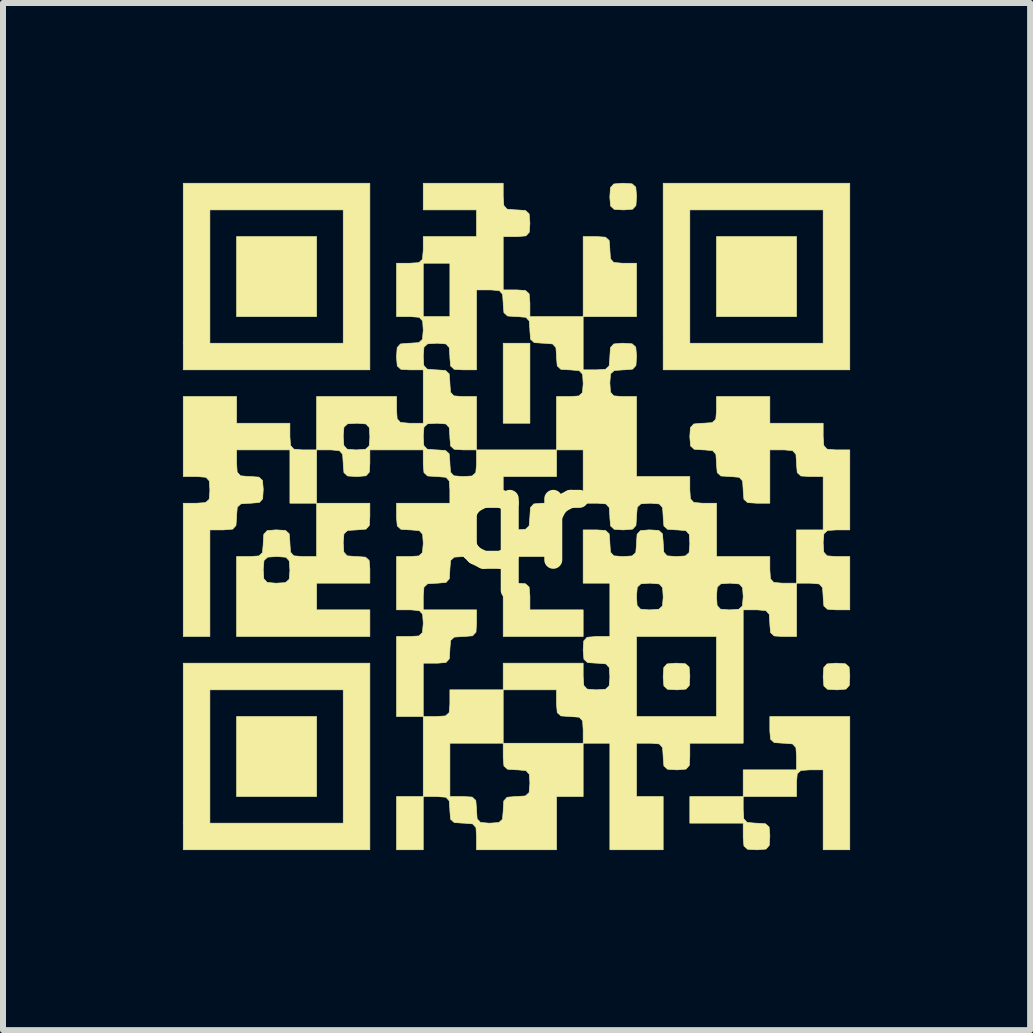
<source format=kicad_pcb>
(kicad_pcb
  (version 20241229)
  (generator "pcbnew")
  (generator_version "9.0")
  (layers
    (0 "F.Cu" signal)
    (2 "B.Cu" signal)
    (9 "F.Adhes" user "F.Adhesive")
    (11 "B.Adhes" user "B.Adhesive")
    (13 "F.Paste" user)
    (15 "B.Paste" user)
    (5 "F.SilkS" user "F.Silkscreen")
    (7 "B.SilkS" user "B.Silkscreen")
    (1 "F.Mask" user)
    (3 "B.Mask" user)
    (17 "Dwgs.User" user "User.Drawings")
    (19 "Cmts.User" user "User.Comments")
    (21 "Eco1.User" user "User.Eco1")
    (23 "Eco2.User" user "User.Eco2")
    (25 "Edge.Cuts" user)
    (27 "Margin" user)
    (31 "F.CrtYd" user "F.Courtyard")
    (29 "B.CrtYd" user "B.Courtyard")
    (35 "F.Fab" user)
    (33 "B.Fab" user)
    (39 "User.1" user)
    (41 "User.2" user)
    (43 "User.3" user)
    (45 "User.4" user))
  (footprint "qr"
    (layer "F.Cu")
    (at 5.593 5.593)
    (property "Reference" "qr" (at 0 0 0) (layer "F.SilkS") (effects (font (size 1.524 1.524) (thickness 0.3))))
    (attr through_hole)
    (fp_poly (pts (xy -3.365 -3.365) (xy -4.699 -3.365) (xy -4.699 -4.699) (xy -3.365 -4.699) (xy -3.365 -3.365)) (stroke (width 0.01) (type solid)) (fill yes) (layer "F.SilkS"))
    (fp_poly (pts (xy -3.365 4.636) (xy -4.699 4.636) (xy -4.699 3.302) (xy -3.365 3.302) (xy -3.365 4.636)) (stroke (width 0.01) (type solid)) (fill yes) (layer "F.SilkS"))
    (fp_poly (pts (xy -1.587 5.524) (xy -2.032 5.524) (xy -2.032 4.636) (xy -1.587 4.636) (xy -1.587 5.524)) (stroke (width 0.01) (type solid)) (fill yes) (layer "F.SilkS"))
    (fp_poly (pts (xy 0.191 -1.587) (xy -0.254 -1.587) (xy -0.254 -2.921) (xy 0.191 -2.921) (xy 0.191 -1.587)) (stroke (width 0.01) (type solid)) (fill yes) (layer "F.SilkS"))
    (fp_poly (pts (xy 4.636 -3.365) (xy 3.302 -3.365) (xy 3.302 -4.699) (xy 4.636 -4.699) (xy 4.636 -3.365)) (stroke (width 0.01) (type solid)) (fill yes) (layer "F.SilkS"))
    (fp_poly (pts (xy 0.117 1.089) (xy 0.178 1.145) (xy 0.19 1.285) (xy 0.191 1.302) (xy 0.191 1.524) (xy 1.079 1.524) (xy 1.079 1.968) (xy -0.254 1.968) (xy -0.254 1.079) (xy -0.032 1.079) (xy 0.117 1.089)) (stroke (width 0.01) (type solid)) (fill yes) (layer "F.SilkS"))
    (fp_poly (pts (xy -2.477 -2.477) (xy -5.588 -2.477) (xy -5.588 -5.144) (xy -5.144 -5.144) (xy -5.144 -2.921) (xy -2.921 -2.921) (xy -2.921 -5.144) (xy -5.144 -5.144) (xy -5.588 -5.144) (xy -5.588 -5.588) (xy -2.477 -5.588) (xy -2.477 -2.477)) (stroke (width 0.01) (type solid)) (fill yes) (layer "F.SilkS"))
    (fp_poly (pts (xy -2.477 5.524) (xy -5.588 5.524) (xy -5.588 2.857) (xy -5.144 2.857) (xy -5.144 5.08) (xy -2.921 5.08) (xy -2.921 2.857) (xy -5.144 2.857) (xy -5.588 2.857) (xy -5.588 2.413) (xy -2.477 2.413) (xy -2.477 5.524)) (stroke (width 0.01) (type solid)) (fill yes) (layer "F.SilkS"))
    (fp_poly (pts (xy 5.524 -2.477) (xy 2.413 -2.477) (xy 2.413 -5.144) (xy 2.857 -5.144) (xy 2.857 -2.921) (xy 5.08 -2.921) (xy 5.08 -5.144) (xy 2.857 -5.144) (xy 2.413 -5.144) (xy 2.413 -5.588) (xy 5.524 -5.588) (xy 5.524 -2.477)) (stroke (width 0.01) (type solid)) (fill yes) (layer "F.SilkS"))
    (fp_poly (pts (xy 1.079 -4.699) (xy 1.302 -4.699) (xy 1.451 -4.689) (xy 1.512 -4.634) (xy 1.524 -4.494) (xy 1.524 -4.477) (xy 1.534 -4.328) (xy 1.589 -4.267) (xy 1.729 -4.255) (xy 1.746 -4.255) (xy 1.968 -4.255) (xy 1.968 -3.365) (xy 1.079 -3.365) (xy 1.079 -4.699)) (stroke (width 0.01) (type solid)) (fill yes) (layer "F.SilkS"))
    (fp_poly (pts (xy 0.635 0.635) (xy -0.254 0.635) (xy -0.254 0.413) (xy -0.244 0.264) (xy -0.189 0.203) (xy -0.049 0.191) (xy -0.032 0.191) (xy 0.117 0.181) (xy 0.178 0.125) (xy 0.19 -0.015) (xy 0.191 -0.032) (xy 0.2 -0.181) (xy 0.256 -0.242) (xy 0.396 -0.254) (xy 0.413 -0.254) (xy 0.635 -0.254) (xy 0.635 0.635)) (stroke (width 0.01) (type solid)) (fill yes) (layer "F.SilkS"))
    (fp_poly (pts (xy 1.895 -5.578) (xy 1.956 -5.523) (xy 1.968 -5.383) (xy 1.968 -5.366) (xy 1.959 -5.217) (xy 1.903 -5.156) (xy 1.763 -5.144) (xy 1.746 -5.144) (xy 1.597 -5.153) (xy 1.536 -5.209) (xy 1.524 -5.349) (xy 1.524 -5.366) (xy 1.534 -5.515) (xy 1.589 -5.576) (xy 1.729 -5.588) (xy 1.746 -5.588) (xy 1.895 -5.578)) (stroke (width 0.01) (type solid)) (fill yes) (layer "F.SilkS"))
    (fp_poly (pts (xy 2.784 2.423) (xy 2.845 2.478) (xy 2.857 2.618) (xy 2.857 2.635) (xy 2.848 2.784) (xy 2.792 2.845) (xy 2.652 2.857) (xy 2.635 2.857) (xy 2.486 2.848) (xy 2.425 2.792) (xy 2.413 2.652) (xy 2.413 2.635) (xy 2.423 2.486) (xy 2.478 2.425) (xy 2.618 2.413) (xy 2.635 2.413) (xy 2.784 2.423)) (stroke (width 0.01) (type solid)) (fill yes) (layer "F.SilkS"))
    (fp_poly (pts (xy 5.451 2.423) (xy 5.512 2.478) (xy 5.524 2.618) (xy 5.524 2.635) (xy 5.515 2.784) (xy 5.459 2.845) (xy 5.319 2.857) (xy 5.302 2.857) (xy 5.153 2.848) (xy 5.092 2.792) (xy 5.08 2.652) (xy 5.08 2.635) (xy 5.09 2.486) (xy 5.145 2.425) (xy 5.285 2.413) (xy 5.302 2.413) (xy 5.451 2.423)) (stroke (width 0.01) (type solid)) (fill yes) (layer "F.SilkS"))
    (fp_poly (pts (xy 3.747 4.858) (xy 3.756 5.007) (xy 3.812 5.068) (xy 3.952 5.08) (xy 3.969 5.08) (xy 4.118 5.09) (xy 4.179 5.145) (xy 4.191 5.285) (xy 4.191 5.302) (xy 4.181 5.451) (xy 4.126 5.512) (xy 3.986 5.524) (xy 3.969 5.524) (xy 3.82 5.515) (xy 3.759 5.459) (xy 3.747 5.319) (xy 3.747 5.302) (xy 3.747 5.08) (xy 2.857 5.08) (xy 2.857 4.636) (xy 3.747 4.636) (xy 3.747 4.858)) (stroke (width 0.01) (type solid)) (fill yes) (layer "F.SilkS"))
    (fp_poly (pts (xy 3.747 4.191) (xy 4.636 4.191) (xy 4.636 3.969) (xy 4.626 3.82) (xy 4.57 3.759) (xy 4.43 3.747) (xy 4.413 3.747) (xy 4.264 3.737) (xy 4.203 3.681) (xy 4.191 3.541) (xy 4.191 3.524) (xy 4.191 3.302) (xy 5.524 3.302) (xy 5.524 5.524) (xy 5.08 5.524) (xy 5.08 4.191) (xy 4.858 4.191) (xy 4.709 4.201) (xy 4.648 4.256) (xy 4.636 4.396) (xy 4.636 4.413) (xy 4.636 4.636) (xy 3.747 4.636) (xy 3.747 4.191)) (stroke (width 0.01) (type solid)) (fill yes) (layer "F.SilkS"))
    (fp_poly (pts (xy -3.81 -0.254) (xy -3.81 -1.143) (xy -4.699 -1.143) (xy -4.699 -0.921) (xy -4.689 -0.772) (xy -4.634 -0.711) (xy -4.494 -0.699) (xy -4.477 -0.699) (xy -4.328 -0.689) (xy -4.267 -0.633) (xy -4.255 -0.493) (xy -4.255 -0.476) (xy -4.264 -0.327) (xy -4.32 -0.266) (xy -4.46 -0.254) (xy -4.477 -0.254) (xy -4.626 -0.244) (xy -4.687 -0.189) (xy -4.699 -0.049) (xy -4.699 -0.032) (xy -4.709 0.117) (xy -4.764 0.178) (xy -4.904 0.19) (xy -4.921 0.191) (xy -5.144 0.191) (xy -5.144 1.968) (xy -5.588 1.968) (xy -5.588 -0.254) (xy -5.366 -0.254) (xy -5.217 -0.264) (xy -5.156 -0.319) (xy -5.144 -0.459) (xy -5.144 -0.476) (xy -5.153 -0.625) (xy -5.209 -0.686) (xy -5.349 -0.698) (xy -5.366 -0.699) (xy -5.588 -0.699) (xy -5.588 -2.032) (xy -4.699 -2.032) (xy -4.699 -1.587) (xy -3.81 -1.587) (xy -3.81 -1.365) (xy -3.8 -1.216) (xy -3.745 -1.155) (xy -3.605 -1.143) (xy -3.588 -1.143) (xy -3.365 -1.143) (xy -3.365 -0.254) (xy -3.81 -0.254)) (stroke (width 0.01) (type solid)) (fill yes) (layer "F.SilkS"))
    (fp_poly (pts (xy -2.477 -0.254) (xy -2.477 -0.032) (xy -2.486 0.117) (xy -2.542 0.178) (xy -2.682 0.19) (xy -2.699 0.191) (xy -2.848 0.2) (xy -2.909 0.256) (xy -2.921 0.396) (xy -2.921 0.413) (xy -2.911 0.562) (xy -2.856 0.623) (xy -2.716 0.635) (xy -2.699 0.635) (xy -2.55 0.645) (xy -2.489 0.7) (xy -2.477 0.84) (xy -2.477 0.857) (xy -2.477 1.079) (xy -3.365 1.079) (xy -3.365 1.524) (xy -2.477 1.524) (xy -2.477 1.968) (xy -4.699 1.968) (xy -4.699 0.857) (xy -4.255 0.857) (xy -4.245 1.006) (xy -4.189 1.067) (xy -4.049 1.079) (xy -4.032 1.079) (xy -3.883 1.07) (xy -3.822 1.014) (xy -3.81 0.874) (xy -3.81 0.857) (xy -3.82 0.708) (xy -3.875 0.647) (xy -4.015 0.635) (xy -4.032 0.635) (xy -4.181 0.645) (xy -4.242 0.7) (xy -4.254 0.84) (xy -4.255 0.857) (xy -4.699 0.857) (xy -4.699 0.635) (xy -4.477 0.635) (xy -4.328 0.625) (xy -4.267 0.57) (xy -4.255 0.43) (xy -4.255 0.413) (xy -4.245 0.264) (xy -4.189 0.203) (xy -4.049 0.191) (xy -4.032 0.191) (xy -3.883 0.2) (xy -3.822 0.256) (xy -3.81 0.396) (xy -3.81 0.413) (xy -3.8 0.562) (xy -3.745 0.623) (xy -3.605 0.635) (xy -3.588 0.635) (xy -3.365 0.635) (xy -3.365 -0.254) (xy -2.477 -0.254)) (stroke (width 0.01) (type solid)) (fill yes) (layer "F.SilkS"))
    (fp_poly (pts (xy 4.636 0.191) (xy 5.08 0.191) (xy 5.08 -0.699) (xy 4.858 -0.699) (xy 4.709 -0.708) (xy 4.648 -0.764) (xy 4.636 -0.904) (xy 4.636 -0.921) (xy 4.626 -1.07) (xy 4.57 -1.131) (xy 4.43 -1.143) (xy 4.413 -1.143) (xy 4.191 -1.143) (xy 4.191 -0.254) (xy 3.969 -0.254) (xy 3.82 -0.264) (xy 3.759 -0.319) (xy 3.747 -0.459) (xy 3.747 -0.476) (xy 3.737 -0.625) (xy 3.681 -0.686) (xy 3.541 -0.698) (xy 3.524 -0.699) (xy 3.375 -0.708) (xy 3.314 -0.764) (xy 3.302 -0.904) (xy 3.302 -0.921) (xy 3.292 -1.07) (xy 3.237 -1.131) (xy 3.097 -1.143) (xy 3.08 -1.143) (xy 2.931 -1.153) (xy 2.87 -1.208) (xy 2.858 -1.348) (xy 2.857 -1.365) (xy 2.867 -1.514) (xy 2.923 -1.575) (xy 3.063 -1.587) (xy 3.08 -1.587) (xy 3.229 -1.597) (xy 3.29 -1.653) (xy 3.302 -1.793) (xy 3.302 -1.81) (xy 3.302 -2.032) (xy 4.191 -2.032) (xy 4.191 -1.587) (xy 5.08 -1.587) (xy 5.08 -1.365) (xy 5.09 -1.216) (xy 5.145 -1.155) (xy 5.285 -1.143) (xy 5.302 -1.143) (xy 5.524 -1.143) (xy 5.524 0.191) (xy 5.302 0.191) (xy 5.153 0.2) (xy 5.092 0.256) (xy 5.08 0.396) (xy 5.08 0.413) (xy 5.09 0.562) (xy 5.145 0.623) (xy 5.285 0.635) (xy 5.302 0.635) (xy 5.524 0.635) (xy 5.524 1.524) (xy 5.302 1.524) (xy 5.153 1.514) (xy 5.092 1.459) (xy 5.08 1.319) (xy 5.08 1.302) (xy 5.07 1.153) (xy 5.015 1.092) (xy 4.875 1.08) (xy 4.858 1.079) (xy 4.636 1.079) (xy 4.636 0.191)) (stroke (width 0.01) (type solid)) (fill yes) (layer "F.SilkS"))
    (fp_poly (pts (xy 1.079 -2.477) (xy 1.302 -2.477) (xy 1.451 -2.486) (xy 1.512 -2.542) (xy 1.524 -2.682) (xy 1.524 -2.699) (xy 1.534 -2.848) (xy 1.589 -2.909) (xy 1.729 -2.921) (xy 1.746 -2.921) (xy 1.895 -2.911) (xy 1.956 -2.856) (xy 1.968 -2.716) (xy 1.968 -2.699) (xy 1.959 -2.55) (xy 1.903 -2.489) (xy 1.763 -2.477) (xy 1.746 -2.477) (xy 1.597 -2.467) (xy 1.536 -2.411) (xy 1.524 -2.271) (xy 1.524 -2.254) (xy 1.534 -2.105) (xy 1.589 -2.044) (xy 1.729 -2.032) (xy 1.746 -2.032) (xy 1.968 -2.032) (xy 1.968 -0.699) (xy 2.857 -0.699) (xy 2.857 -0.476) (xy 2.867 -0.327) (xy 2.923 -0.266) (xy 3.063 -0.254) (xy 3.08 -0.254) (xy 3.302 -0.254) (xy 3.302 0.635) (xy 4.191 0.635) (xy 4.191 0.857) (xy 4.201 1.006) (xy 4.256 1.067) (xy 4.396 1.079) (xy 4.413 1.079) (xy 4.636 1.079) (xy 4.636 1.968) (xy 4.413 1.968) (xy 4.264 1.959) (xy 4.203 1.903) (xy 4.191 1.763) (xy 4.191 1.746) (xy 4.181 1.597) (xy 4.126 1.536) (xy 3.986 1.524) (xy 3.969 1.524) (xy 3.747 1.524) (xy 3.747 3.747) (xy 2.857 3.747) (xy 2.857 3.969) (xy 2.848 4.118) (xy 2.792 4.179) (xy 2.652 4.191) (xy 2.635 4.191) (xy 2.486 4.181) (xy 2.425 4.126) (xy 2.413 3.986) (xy 2.413 3.969) (xy 2.403 3.82) (xy 2.348 3.759) (xy 2.208 3.747) (xy 2.191 3.747) (xy 1.968 3.747) (xy 1.968 4.636) (xy 2.413 4.636) (xy 2.413 5.524) (xy 1.524 5.524) (xy 1.524 3.747) (xy 1.079 3.747) (xy 1.079 4.636) (xy 0.635 4.636) (xy 0.635 5.524) (xy -0.699 5.524) (xy -0.699 5.302) (xy -0.708 5.153) (xy -0.764 5.092) (xy -0.904 5.08) (xy -0.921 5.08) (xy -1.07 5.07) (xy -1.131 5.015) (xy -1.143 4.875) (xy -1.143 4.858) (xy -1.153 4.709) (xy -1.208 4.648) (xy -1.348 4.636) (xy -1.365 4.636) (xy -1.587 4.636) (xy -1.587 3.747) (xy -1.143 3.747) (xy -1.143 4.636) (xy -0.921 4.636) (xy -0.772 4.645) (xy -0.711 4.701) (xy -0.699 4.841) (xy -0.699 4.858) (xy -0.689 5.007) (xy -0.633 5.068) (xy -0.493 5.08) (xy -0.476 5.08) (xy -0.327 5.07) (xy -0.266 5.015) (xy -0.254 4.875) (xy -0.254 4.858) (xy -0.244 4.709) (xy -0.189 4.648) (xy -0.049 4.636) (xy -0.032 4.636) (xy 0.117 4.626) (xy 0.178 4.57) (xy 0.19 4.43) (xy 0.191 4.413) (xy 0.181 4.264) (xy 0.125 4.203) (xy -0.015 4.191) (xy -0.032 4.191) (xy -0.181 4.181) (xy -0.242 4.126) (xy -0.254 3.986) (xy -0.254 3.969) (xy -0.254 3.747) (xy -1.143 3.747) (xy -1.587 3.747) (xy -1.587 3.302) (xy -2.032 3.302) (xy -2.032 1.968) (xy -1.81 1.968) (xy -1.661 1.959) (xy -1.6 1.903) (xy -1.588 1.763) (xy -1.587 1.746) (xy -1.597 1.597) (xy -1.653 1.536) (xy -1.793 1.524) (xy -1.81 1.524) (xy -2.032 1.524) (xy -2.032 1.302) (xy -1.587 1.302) (xy -1.587 1.524) (xy -0.699 1.524) (xy -0.699 1.746) (xy -0.708 1.895) (xy -0.764 1.956) (xy -0.904 1.968) (xy -0.921 1.968) (xy -1.07 1.978) (xy -1.131 2.034) (xy -1.143 2.174) (xy -1.143 2.191) (xy -1.153 2.34) (xy -1.208 2.401) (xy -1.348 2.413) (xy -1.365 2.413) (xy -1.587 2.413) (xy -1.587 3.302) (xy -1.365 3.302) (xy -1.216 3.292) (xy -1.155 3.237) (xy -1.143 3.097) (xy -1.143 3.08) (xy -1.143 2.857) (xy -0.254 2.857) (xy -0.254 3.747) (xy 1.079 3.747) (xy 1.079 3.524) (xy 1.07 3.375) (xy 1.014 3.314) (xy 0.874 3.302) (xy 0.857 3.302) (xy 0.708 3.292) (xy 0.647 3.237) (xy 0.635 3.097) (xy 0.635 3.08) (xy 0.635 2.857) (xy -0.254 2.857) (xy -0.254 2.413) (xy 1.079 2.413) (xy 1.079 2.635) (xy 1.089 2.784) (xy 1.145 2.845) (xy 1.285 2.857) (xy 1.302 2.857) (xy 1.451 2.848) (xy 1.512 2.792) (xy 1.524 2.652) (xy 1.524 2.635) (xy 1.514 2.486) (xy 1.459 2.425) (xy 1.319 2.413) (xy 1.302 2.413) (xy 1.153 2.403) (xy 1.092 2.348) (xy 1.08 2.208) (xy 1.079 2.191) (xy 1.089 2.042) (xy 1.145 1.981) (xy 1.285 1.969) (xy 1.302 1.968) (xy 1.524 1.968) (xy 1.968 1.968) (xy 1.968 3.302) (xy 3.302 3.302) (xy 3.302 1.968) (xy 1.968 1.968) (xy 1.524 1.968) (xy 1.524 1.302) (xy 1.968 1.302) (xy 1.978 1.451) (xy 2.034 1.512) (xy 2.174 1.524) (xy 2.191 1.524) (xy 2.34 1.514) (xy 2.401 1.459) (xy 2.413 1.319) (xy 2.413 1.302) (xy 3.302 1.302) (xy 3.312 1.451) (xy 3.367 1.512) (xy 3.507 1.524) (xy 3.524 1.524) (xy 3.673 1.514) (xy 3.734 1.459) (xy 3.746 1.319) (xy 3.747 1.302) (xy 3.737 1.153) (xy 3.681 1.092) (xy 3.541 1.08) (xy 3.524 1.079) (xy 3.375 1.089) (xy 3.314 1.145) (xy 3.302 1.285) (xy 3.302 1.302) (xy 2.413 1.302) (xy 2.403 1.153) (xy 2.348 1.092) (xy 2.208 1.08) (xy 2.191 1.079) (xy 2.042 1.089) (xy 1.981 1.145) (xy 1.969 1.285) (xy 1.968 1.302) (xy 1.524 1.302) (xy 1.524 1.079) (xy 1.079 1.079) (xy 1.079 0.191) (xy 1.302 0.191) (xy 1.451 0.2) (xy 1.512 0.256) (xy 1.524 0.396) (xy 1.524 0.413) (xy 1.534 0.562) (xy 1.589 0.623) (xy 1.729 0.635) (xy 1.746 0.635) (xy 1.895 0.625) (xy 1.956 0.57) (xy 1.968 0.43) (xy 1.968 0.413) (xy 1.978 0.264) (xy 2.034 0.203) (xy 2.174 0.191) (xy 2.191 0.191) (xy 2.34 0.2) (xy 2.401 0.256) (xy 2.413 0.396) (xy 2.413 0.413) (xy 2.423 0.562) (xy 2.478 0.623) (xy 2.618 0.635) (xy 2.635 0.635) (xy 2.784 0.625) (xy 2.845 0.57) (xy 2.857 0.43) (xy 2.857 0.413) (xy 2.848 0.264) (xy 2.792 0.203) (xy 2.652 0.191) (xy 2.635 0.191) (xy 2.486 0.181) (xy 2.425 0.125) (xy 2.413 -0.015) (xy 2.413 -0.032) (xy 2.403 -0.181) (xy 2.348 -0.242) (xy 2.208 -0.254) (xy 2.191 -0.254) (xy 2.042 -0.244) (xy 1.981 -0.189) (xy 1.969 -0.049) (xy 1.968 -0.032) (xy 1.959 0.117) (xy 1.903 0.178) (xy 1.763 0.19) (xy 1.746 0.191) (xy 1.597 0.181) (xy 1.536 0.125) (xy 1.524 -0.015) (xy 1.524 -0.032) (xy 1.514 -0.181) (xy 1.459 -0.242) (xy 1.319 -0.254) (xy 1.302 -0.254) (xy 1.079 -0.254) (xy 1.079 -1.143) (xy 0.635 -1.143) (xy 0.635 -0.699) (xy -0.254 -0.699) (xy -0.254 -0.476) (xy -0.264 -0.327) (xy -0.319 -0.266) (xy -0.459 -0.254) (xy -0.476 -0.254) (xy -0.699 -0.254) (xy -0.699 0.635) (xy -0.921 0.635) (xy -1.07 0.645) (xy -1.131 0.7) (xy -1.143 0.84) (xy -1.143 0.857) (xy -1.153 1.006) (xy -1.208 1.067) (xy -1.348 1.079) (xy -1.365 1.079) (xy -1.514 1.089) (xy -1.575 1.145) (xy -1.587 1.285) (xy -1.587 1.302) (xy -2.032 1.302) (xy -2.032 0.635) (xy -1.81 0.635) (xy -1.661 0.625) (xy -1.6 0.57) (xy -1.588 0.43) (xy -1.587 0.413) (xy -1.597 0.264) (xy -1.653 0.203) (xy -1.793 0.191) (xy -1.81 0.191) (xy -1.959 0.181) (xy -2.02 0.125) (xy -2.032 -0.015) (xy -2.032 -0.032) (xy -2.032 -0.254) (xy -1.143 -0.254) (xy -1.143 -0.476) (xy -1.153 -0.625) (xy -1.208 -0.686) (xy -1.348 -0.698) (xy -1.365 -0.699) (xy -1.514 -0.708) (xy -1.575 -0.764) (xy -1.587 -0.904) (xy -1.587 -0.921) (xy -1.587 -1.143) (xy -2.477 -1.143) (xy -2.477 -0.921) (xy -2.486 -0.772) (xy -2.542 -0.711) (xy -2.682 -0.699) (xy -2.699 -0.699) (xy -2.848 -0.708) (xy -2.909 -0.764) (xy -2.921 -0.904) (xy -2.921 -0.921) (xy -2.931 -1.07) (xy -2.986 -1.131) (xy -3.126 -1.143) (xy -3.143 -1.143) (xy -3.365 -1.143) (xy -3.365 -1.365) (xy -2.921 -1.365) (xy -2.911 -1.216) (xy -2.856 -1.155) (xy -2.716 -1.143) (xy -2.699 -1.143) (xy -2.55 -1.153) (xy -2.489 -1.208) (xy -2.477 -1.348) (xy -2.477 -1.365) (xy -1.587 -1.365) (xy -1.578 -1.216) (xy -1.522 -1.155) (xy -1.382 -1.143) (xy -1.365 -1.143) (xy -1.216 -1.133) (xy -1.155 -1.078) (xy -1.143 -0.938) (xy -1.143 -0.921) (xy -1.133 -0.772) (xy -1.078 -0.711) (xy -0.938 -0.699) (xy -0.921 -0.699) (xy -0.772 -0.708) (xy -0.711 -0.764) (xy -0.699 -0.904) (xy -0.699 -0.921) (xy -0.699 -1.143) (xy -0.921 -1.143) (xy -1.07 -1.153) (xy -1.131 -1.208) (xy -1.143 -1.348) (xy -1.143 -1.365) (xy -1.153 -1.514) (xy -1.208 -1.575) (xy -1.348 -1.587) (xy -1.365 -1.587) (xy -1.514 -1.578) (xy -1.575 -1.522) (xy -1.587 -1.382) (xy -1.587 -1.365) (xy -2.477 -1.365) (xy -2.486 -1.514) (xy -2.542 -1.575) (xy -2.682 -1.587) (xy -2.699 -1.587) (xy -2.848 -1.578) (xy -2.909 -1.522) (xy -2.921 -1.382) (xy -2.921 -1.365) (xy -3.365 -1.365) (xy -3.365 -2.032) (xy -2.032 -2.032) (xy -2.032 -1.81) (xy -2.022 -1.661) (xy -1.967 -1.6) (xy -1.827 -1.588) (xy -1.81 -1.587) (xy -1.587 -1.587) (xy -1.587 -2.477) (xy -1.81 -2.477) (xy -1.959 -2.486) (xy -2.02 -2.542) (xy -2.032 -2.682) (xy -2.032 -2.699) (xy -1.587 -2.699) (xy -1.578 -2.55) (xy -1.522 -2.489) (xy -1.382 -2.477) (xy -1.365 -2.477) (xy -1.216 -2.467) (xy -1.155 -2.411) (xy -1.143 -2.271) (xy -1.143 -2.254) (xy -1.133 -2.105) (xy -1.078 -2.044) (xy -0.938 -2.032) (xy -0.921 -2.032) (xy -0.699 -2.032) (xy -0.699 -1.143) (xy 0.635 -1.143) (xy 0.635 -2.032) (xy 0.857 -2.032) (xy 1.006 -2.042) (xy 1.067 -2.097) (xy 1.079 -2.237) (xy 1.079 -2.254) (xy 1.07 -2.403) (xy 1.014 -2.464) (xy 0.874 -2.476) (xy 0.857 -2.477) (xy 0.708 -2.486) (xy 0.647 -2.542) (xy 0.635 -2.682) (xy 0.635 -2.699) (xy 0.625 -2.848) (xy 0.57 -2.909) (xy 0.43 -2.921) (xy 0.413 -2.921) (xy 0.264 -2.931) (xy 0.203 -2.986) (xy 0.191 -3.126) (xy 0.191 -3.143) (xy 0.181 -3.292) (xy 0.125 -3.353) (xy -0.015 -3.365) (xy -0.032 -3.365) (xy -0.181 -3.375) (xy -0.242 -3.431) (xy -0.254 -3.571) (xy -0.254 -3.588) (xy -0.264 -3.737) (xy -0.319 -3.798) (xy -0.459 -3.81) (xy -0.476 -3.81) (xy -0.699 -3.81) (xy -0.699 -2.477) (xy -0.921 -2.477) (xy -1.07 -2.486) (xy -1.131 -2.542) (xy -1.143 -2.682) (xy -1.143 -2.699) (xy -1.153 -2.848) (xy -1.208 -2.909) (xy -1.348 -2.921) (xy -1.365 -2.921) (xy -1.514 -2.911) (xy -1.575 -2.856) (xy -1.587 -2.716) (xy -1.587 -2.699) (xy -2.032 -2.699) (xy -2.022 -2.848) (xy -1.967 -2.909) (xy -1.827 -2.921) (xy -1.81 -2.921) (xy -1.661 -2.931) (xy -1.6 -2.986) (xy -1.588 -3.126) (xy -1.587 -3.143) (xy -1.597 -3.292) (xy -1.653 -3.353) (xy -1.793 -3.365) (xy -1.81 -3.365) (xy -2.032 -3.365) (xy -2.032 -4.255) (xy -1.81 -4.255) (xy -1.587 -4.255) (xy -1.587 -3.365) (xy -1.143 -3.365) (xy -1.143 -4.255) (xy -1.587 -4.255) (xy -1.81 -4.255) (xy -1.661 -4.264) (xy -1.6 -4.32) (xy -1.588 -4.46) (xy -1.587 -4.477) (xy -1.587 -4.699) (xy -0.699 -4.699) (xy -0.699 -5.144) (xy -1.587 -5.144) (xy -1.587 -5.588) (xy -0.254 -5.588) (xy -0.254 -5.366) (xy -0.244 -5.217) (xy -0.189 -5.156) (xy -0.049 -5.144) (xy -0.032 -5.144) (xy 0.117 -5.134) (xy 0.178 -5.078) (xy 0.19 -4.938) (xy 0.191 -4.921) (xy 0.181 -4.772) (xy 0.125 -4.711) (xy -0.015 -4.699) (xy -0.032 -4.699) (xy -0.254 -4.699) (xy -0.254 -3.81) (xy -0.032 -3.81) (xy 0.117 -3.8) (xy 0.178 -3.745) (xy 0.19 -3.605) (xy 0.191 -3.588) (xy 0.191 -3.365) (xy 1.079 -3.365) (xy 1.079 -2.477)) (stroke (width 0.01) (type solid)) (fill yes) (layer "F.SilkS")))
  (gr_rect
    (start -3 -3)
    (end 14.123 14.123)
    (stroke (width 0.1) (type default))
    (fill no)
    (layer "Edge.Cuts")))
</source>
